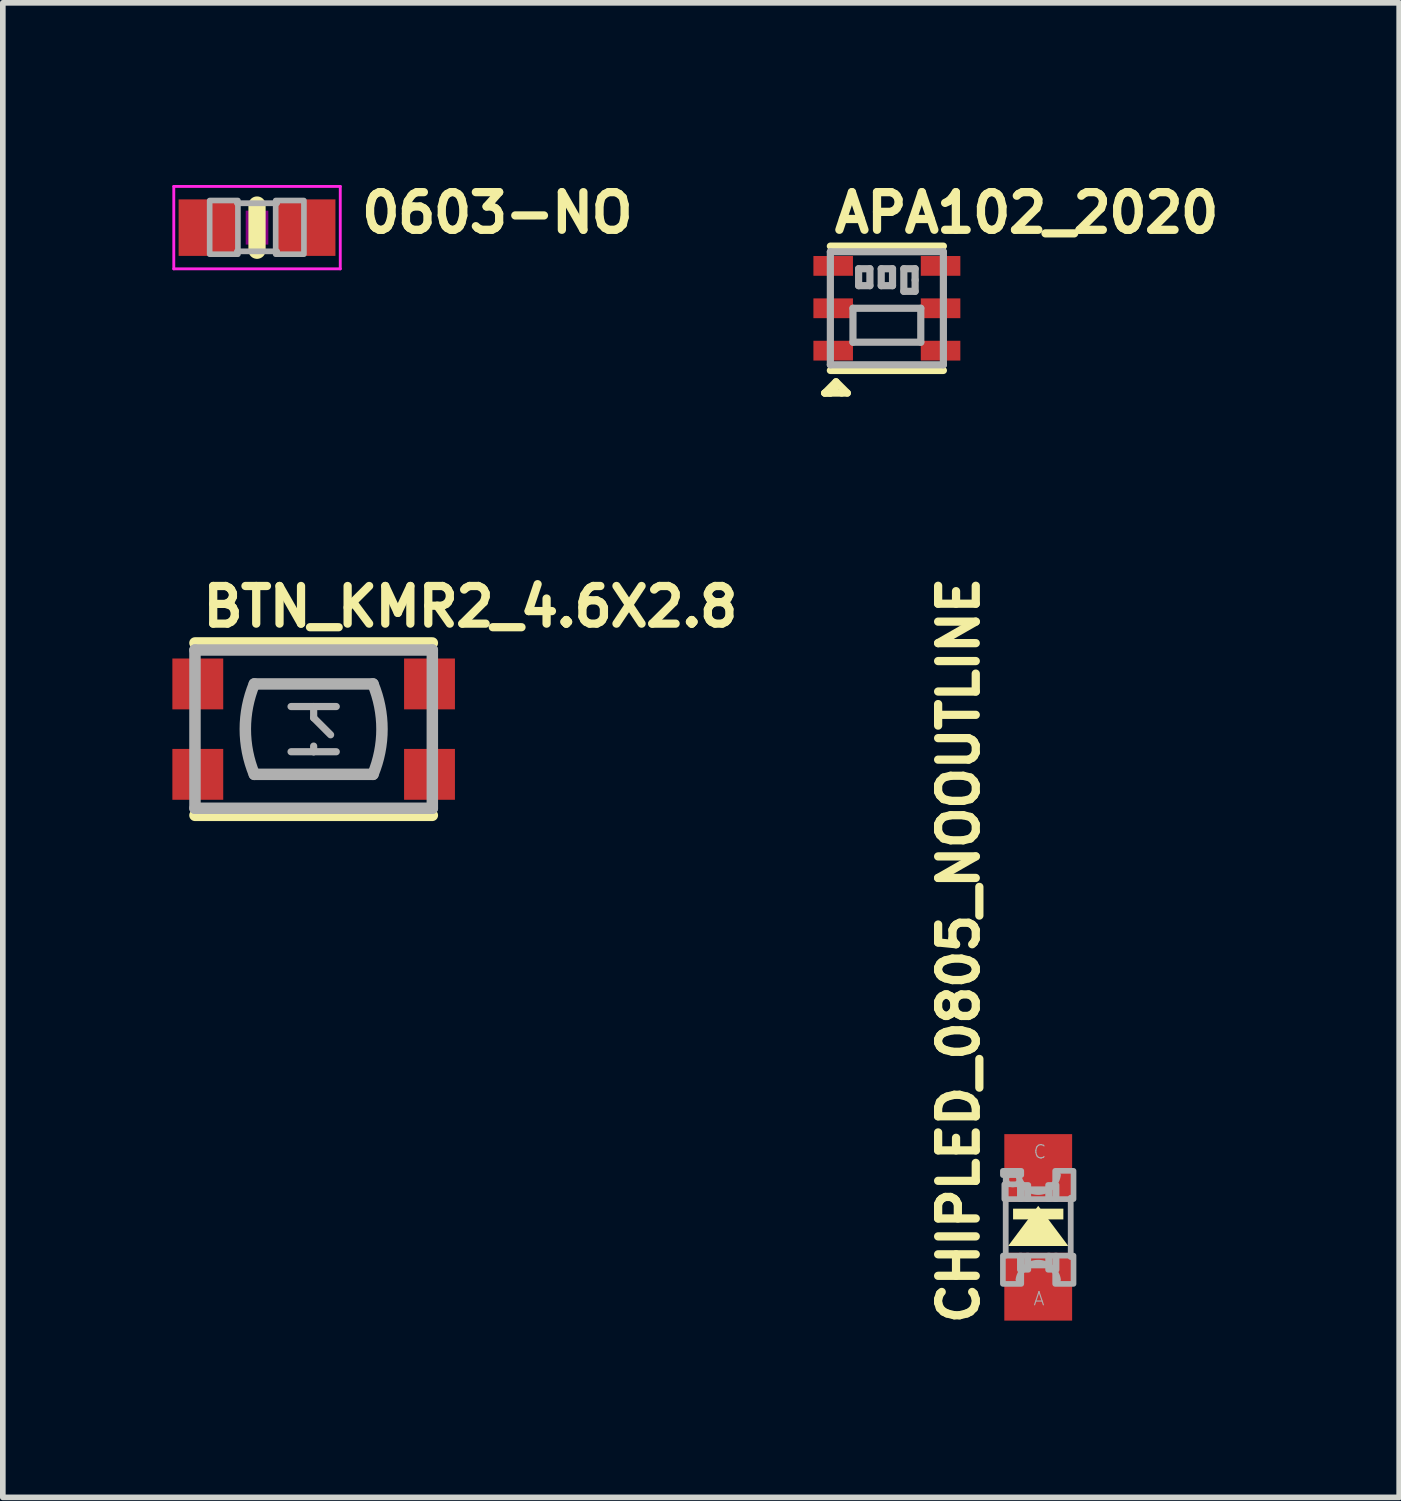
<source format=kicad_pcb>
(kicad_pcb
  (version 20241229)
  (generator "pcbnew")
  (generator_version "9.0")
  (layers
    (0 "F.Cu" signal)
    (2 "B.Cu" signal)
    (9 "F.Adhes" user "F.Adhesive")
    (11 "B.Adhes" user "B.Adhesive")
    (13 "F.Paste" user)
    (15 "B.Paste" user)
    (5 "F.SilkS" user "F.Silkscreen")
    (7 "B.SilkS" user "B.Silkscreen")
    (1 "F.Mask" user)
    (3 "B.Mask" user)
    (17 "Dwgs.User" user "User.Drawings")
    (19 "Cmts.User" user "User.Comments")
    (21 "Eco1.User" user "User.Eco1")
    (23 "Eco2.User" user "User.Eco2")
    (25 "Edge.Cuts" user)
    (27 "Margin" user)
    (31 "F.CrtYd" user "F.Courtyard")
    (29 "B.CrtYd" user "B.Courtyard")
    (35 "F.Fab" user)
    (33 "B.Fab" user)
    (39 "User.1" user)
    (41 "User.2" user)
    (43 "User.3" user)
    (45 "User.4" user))
  (footprint "APA102_2020"
    (layer "F.Cu")
    (at 12.643 2.405)
    (property "Reference" "APA102_2020" (at -1 -1.3 0) (layer "F.SilkS") (effects (font (size 0.666 0.666) (thickness 0.146)) (justify left bottom)))
    (fp_line (start -1.1 1.5) (end -1 1.5) (stroke (width 0.127) (type solid)) (layer "F.SilkS"))
    (fp_line (start -1.1 1.5) (end -0.8 1.5) (stroke (width 0.127) (type solid)) (layer "F.SilkS"))
    (fp_line (start -1 1.5) (end -0.9 1.4) (stroke (width 0.127) (type solid)) (layer "F.SilkS"))
    (fp_line (start -0.9 1.3) (end -1.1 1.5) (stroke (width 0.127) (type solid)) (layer "F.SilkS"))
    (fp_line (start -0.8 1.5) (end -0.7 1.5) (stroke (width 0.127) (type solid)) (layer "F.SilkS"))
    (fp_line (start -0.7 1.5) (end -0.9 1.3) (stroke (width 0.127) (type solid)) (layer "F.SilkS"))
    (fp_line (start 1 -1.1) (end -1 -1.1) (stroke (width 0.127) (type solid)) (layer "F.SilkS"))
    (fp_line (start 1 1.1) (end -1 1.1) (stroke (width 0.127) (type solid)) (layer "F.SilkS"))
    (fp_line (start -1 -1) (end 1 -1) (stroke (width 0.127) (type solid)) (layer "F.Fab"))
    (fp_line (start -1 1) (end -1 -1) (stroke (width 0.127) (type solid)) (layer "F.Fab"))
    (fp_line (start -0.6 0) (end 0.6 0) (stroke (width 0.127) (type solid)) (layer "F.Fab"))
    (fp_line (start -0.6 0.6) (end -0.6 0) (stroke (width 0.127) (type solid)) (layer "F.Fab"))
    (fp_line (start -0.5 -0.7) (end -0.3 -0.7) (stroke (width 0.127) (type solid)) (layer "F.Fab"))
    (fp_line (start -0.5 -0.4) (end -0.5 -0.7) (stroke (width 0.127) (type solid)) (layer "F.Fab"))
    (fp_line (start -0.3 -0.7) (end -0.3 -0.4) (stroke (width 0.127) (type solid)) (layer "F.Fab"))
    (fp_line (start -0.3 -0.4) (end -0.5 -0.4) (stroke (width 0.127) (type solid)) (layer "F.Fab"))
    (fp_line (start -0.1 -0.7) (end 0.1 -0.7) (stroke (width 0.127) (type solid)) (layer "F.Fab"))
    (fp_line (start -0.1 -0.4) (end -0.1 -0.7) (stroke (width 0.127) (type solid)) (layer "F.Fab"))
    (fp_line (start 0.1 -0.7) (end 0.1 -0.4) (stroke (width 0.127) (type solid)) (layer "F.Fab"))
    (fp_line (start 0.1 -0.4) (end -0.1 -0.4) (stroke (width 0.127) (type solid)) (layer "F.Fab"))
    (fp_line (start 0.3 -0.7) (end 0.5 -0.7) (stroke (width 0.127) (type solid)) (layer "F.Fab"))
    (fp_line (start 0.3 -0.3) (end 0.3 -0.7) (stroke (width 0.127) (type solid)) (layer "F.Fab"))
    (fp_line (start 0.5 -0.7) (end 0.5 -0.5) (stroke (width 0.127) (type solid)) (layer "F.Fab"))
    (fp_line (start 0.5 -0.5) (end 0.5 -0.3) (stroke (width 0.127) (type solid)) (layer "F.Fab"))
    (fp_line (start 0.5 -0.3) (end 0.3 -0.3) (stroke (width 0.127) (type solid)) (layer "F.Fab"))
    (fp_line (start 0.6 0) (end 0.6 0.6) (stroke (width 0.127) (type solid)) (layer "F.Fab"))
    (fp_line (start 0.6 0.6) (end -0.6 0.6) (stroke (width 0.127) (type solid)) (layer "F.Fab"))
    (fp_line (start 1 -1) (end 1 1) (stroke (width 0.127) (type solid)) (layer "F.Fab"))
    (fp_line (start 1 1) (end -1 1) (stroke (width 0.127) (type solid)) (layer "F.Fab"))
    (pad "1" smd rect (at -0.95 0.75 180) (size 0.7 0.35) (layers "F.Cu" "F.Mask" "F.Paste"))
    (pad "2" smd rect (at -0.95 0 180) (size 0.7 0.35) (layers "F.Cu" "F.Mask" "F.Paste"))
    (pad "3" smd rect (at -0.95 -0.75 180) (size 0.7 0.35) (layers "F.Cu" "F.Mask" "F.Paste"))
    (pad "4" smd rect (at 0.95 -0.75 180) (size 0.7 0.35) (layers "F.Cu" "F.Mask" "F.Paste"))
    (pad "5" smd rect (at 0.95 0 180) (size 0.7 0.35) (layers "F.Cu" "F.Mask" "F.Paste"))
    (pad "6" smd rect (at 0.95 0.75 180) (size 0.7 0.35) (layers "F.Cu" "F.Mask" "F.Paste")))
  (footprint "CHIPLED_0805_NOOUTLINE"
    (layer "F.Cu")
    (at 15.321 18.668)
    (property "Reference" "CHIPLED_0805_NOOUTLINE" (at -1.016 1.778 90) (layer "F.SilkS") (effects (font (size 0.666 0.666) (thickness 0.146)) (justify left bottom)))
    (fp_poly (pts (xy 0.533 0.33) (xy -0.533 0.33) (xy 0 -0.381)) (stroke (width 0) (type solid)) (fill yes) (layer "F.SilkS"))
    (fp_poly (pts (xy -0.445 -0.141) (xy 0.445 -0.141) (xy 0.445 -0.331) (xy -0.445 -0.331)) (stroke (width 0) (type solid)) (fill yes) (layer "F.SilkS"))
    (fp_line (start -0.575 0.5) (end -0.575 -0.925) (stroke (width 0.102) (type solid)) (layer "F.Fab"))
    (fp_line (start 0.575 -0.525) (end 0.575 0.525) (stroke (width 0.102) (type solid)) (layer "F.Fab"))
    (fp_arc (start -0.35 0.925) (mid -0.000001 0.625027) (end 0.35 0.924998) (stroke (width 0.1016) (type solid)) (layer "F.Fab"))
    (fp_arc (start 0.35 -0.924998) (mid -0.000001 -0.625027) (end -0.35 -0.925) (stroke (width 0.1016) (type solid)) (layer "F.Fab"))
    (fp_circle (center -0.45 -0.85) (end -0.347 -0.85) (stroke (width 0.076) (type solid)) (fill no) (layer "F.Fab"))
    (fp_poly (pts (xy -0.625 -0.925) (xy -0.3 -0.925) (xy -0.3 -1) (xy -0.625 -1)) (stroke (width 0.1) (type solid)) (fill no) (layer "F.Fab"))
    (fp_poly (pts (xy -0.625 1) (xy -0.3 1) (xy -0.3 0.5) (xy -0.625 0.5)) (stroke (width 0.1) (type solid)) (fill no) (layer "F.Fab"))
    (fp_poly (pts (xy -0.6 -0.5) (xy -0.3 -0.5) (xy -0.3 -0.762) (xy -0.6 -0.762)) (stroke (width 0.1) (type solid)) (fill no) (layer "F.Fab"))
    (fp_poly (pts (xy -0.325 -0.5) (xy -0.175 -0.5) (xy -0.175 -0.75) (xy -0.325 -0.75)) (stroke (width 0.1) (type solid)) (fill no) (layer "F.Fab"))
    (fp_poly (pts (xy -0.325 0.75) (xy -0.175 0.75) (xy -0.175 0.5) (xy -0.325 0.5)) (stroke (width 0.1) (type solid)) (fill no) (layer "F.Fab"))
    (fp_poly (pts (xy -0.2 -0.5) (xy 0.2 -0.5) (xy 0.2 -0.675) (xy -0.2 -0.675)) (stroke (width 0.1) (type solid)) (fill no) (layer "F.Fab"))
    (fp_poly (pts (xy -0.2 0.675) (xy 0.2 0.675) (xy 0.2 0.5) (xy -0.2 0.5)) (stroke (width 0.1) (type solid)) (fill no) (layer "F.Fab"))
    (fp_poly (pts (xy 0.175 -0.5) (xy 0.325 -0.5) (xy 0.325 -0.75) (xy 0.175 -0.75)) (stroke (width 0.1) (type solid)) (fill no) (layer "F.Fab"))
    (fp_poly (pts (xy 0.175 0.75) (xy 0.325 0.75) (xy 0.325 0.5) (xy 0.175 0.5)) (stroke (width 0.1) (type solid)) (fill no) (layer "F.Fab"))
    (fp_poly (pts (xy 0.3 -0.5) (xy 0.625 -0.5) (xy 0.625 -1) (xy 0.3 -1)) (stroke (width 0.1) (type solid)) (fill no) (layer "F.Fab"))
    (fp_poly (pts (xy 0.3 1) (xy 0.625 1) (xy 0.625 0.5) (xy 0.3 0.5)) (stroke (width 0.1) (type solid)) (fill no) (layer "F.Fab"))
    (fp_text user "A" (at -0.1 1.4 0) (layer "F.Fab") (effects (font (size 0.234 0.234) (thickness 0.02)) (justify left bottom)))
    (fp_text user "C" (at -0.1 -1.2 0) (layer "F.Fab") (effects (font (size 0.234 0.234) (thickness 0.02)) (justify left bottom)))
    (pad "A" smd rect (at 0 1.05) (size 1.2 1.2) (layers "F.Cu" "F.Mask" "F.Paste"))
    (pad "C" smd rect (at 0 -1.05) (size 1.2 1.2) (layers "F.Cu" "F.Mask" "F.Paste")))
  (footprint "0603-NO"
    (layer "F.Cu")
    (at 1.498 0.978)
    (property "Reference" "0603-NO" (at 1.778 0.127 0) (layer "F.SilkS") (effects (font (size 0.666 0.666) (thickness 0.146)) (justify left bottom)))
    (fp_line (start 0 -0.4) (end 0 0.4) (stroke (width 0.305) (type solid)) (layer "F.SilkS"))
    (fp_poly (pts (xy -0.2 0.3) (xy 0.2 0.3) (xy 0.2 -0.3) (xy -0.2 -0.3)) (stroke (width 0) (type solid)) (fill yes) (layer "F.Adhes"))
    (fp_line (start -1.473 -0.729) (end 1.473 -0.729) (stroke (width 0.051) (type solid)) (layer "F.CrtYd"))
    (fp_line (start -1.473 0.729) (end -1.473 -0.729) (stroke (width 0.051) (type solid)) (layer "F.CrtYd"))
    (fp_line (start 1.473 -0.729) (end 1.473 0.729) (stroke (width 0.051) (type solid)) (layer "F.CrtYd"))
    (fp_line (start 1.473 0.729) (end -1.473 0.729) (stroke (width 0.051) (type solid)) (layer "F.CrtYd"))
    (fp_line (start -0.356 -0.432) (end 0.356 -0.432) (stroke (width 0.102) (type solid)) (layer "F.Fab"))
    (fp_line (start -0.356 0.419) (end 0.356 0.419) (stroke (width 0.102) (type solid)) (layer "F.Fab"))
    (fp_poly (pts (xy -0.838 0.47) (xy -0.338 0.47) (xy -0.338 -0.48) (xy -0.838 -0.48)) (stroke (width 0.1) (type solid)) (fill no) (layer "F.Fab"))
    (fp_poly (pts (xy 0.33 0.47) (xy 0.83 0.47) (xy 0.83 -0.48) (xy 0.33 -0.48)) (stroke (width 0.1) (type solid)) (fill no) (layer "F.Fab"))
    (pad "1" smd rect (at -0.85 0) (size 1.075 1) (layers "F.Cu" "F.Mask" "F.Paste"))
    (pad "2" smd rect (at 0.85 0) (size 1.075 1) (layers "F.Cu" "F.Mask" "F.Paste")))
  (footprint "BTN_KMR2_4.6X2.8"
    (layer "F.Cu")
    (at 2.5 9.852)
    (property "Reference" "BTN_KMR2_4.6X2.8" (at -2.032 -1.778 0) (layer "F.SilkS") (effects (font (size 0.666 0.666) (thickness 0.146)) (justify left bottom)))
    (fp_line (start -2.1 -1.525) (end 2.1 -1.525) (stroke (width 0.203) (type solid)) (layer "F.SilkS"))
    (fp_line (start 2.1 1.525) (end -2.1 1.525) (stroke (width 0.203) (type solid)) (layer "F.SilkS"))
    (fp_line (start -2.1 -1.4) (end 2.1 -1.4) (stroke (width 0.203) (type solid)) (layer "F.Fab"))
    (fp_line (start -2.1 1.4) (end -2.1 -1.4) (stroke (width 0.203) (type solid)) (layer "F.Fab"))
    (fp_line (start -1.05 -0.8) (end 1.05 -0.8) (stroke (width 0.203) (type solid)) (layer "F.Fab"))
    (fp_line (start -0.4 -0.4) (end 0 -0.4) (stroke (width 0.127) (type solid)) (layer "F.Fab"))
    (fp_line (start -0.4 0.4) (end 0 0.4) (stroke (width 0.127) (type solid)) (layer "F.Fab"))
    (fp_line (start 0 -0.4) (end 0 -0.2) (stroke (width 0.127) (type solid)) (layer "F.Fab"))
    (fp_line (start 0 -0.4) (end 0.4 -0.4) (stroke (width 0.127) (type solid)) (layer "F.Fab"))
    (fp_line (start 0 -0.2) (end 0.3 0.1) (stroke (width 0.127) (type solid)) (layer "F.Fab"))
    (fp_line (start 0 0.4) (end 0 0.3) (stroke (width 0.127) (type solid)) (layer "F.Fab"))
    (fp_line (start 0 0.4) (end 0.4 0.4) (stroke (width 0.127) (type solid)) (layer "F.Fab"))
    (fp_line (start 1.05 0.8) (end -1.05 0.8) (stroke (width 0.203) (type solid)) (layer "F.Fab"))
    (fp_line (start 2.1 -1.4) (end 2.1 1.4) (stroke (width 0.203) (type solid)) (layer "F.Fab"))
    (fp_line (start 2.1 1.4) (end -2.1 1.4) (stroke (width 0.203) (type solid)) (layer "F.Fab"))
    (fp_arc (start -1.05 0.8) (mid -1.209128 0) (end -1.05 -0.799999) (stroke (width 0.2032) (type solid)) (layer "F.Fab"))
    (fp_arc (start 1.05 -0.8) (mid 1.209128 0) (end 1.05 0.799999) (stroke (width 0.2032) (type solid)) (layer "F.Fab"))
    (pad "A" smd rect (at 2.05 -0.8) (size 0.9 0.9) (layers "F.Cu" "F.Mask" "F.Paste"))
    (pad "A'" smd rect (at -2.05 -0.8) (size 0.9 0.9) (layers "F.Cu" "F.Mask" "F.Paste"))
    (pad "B" smd rect (at 2.05 0.8) (size 0.9 0.9) (layers "F.Cu" "F.Mask" "F.Paste"))
    (pad "B'" smd rect (at -2.05 0.8) (size 0.9 0.9) (layers "F.Cu" "F.Mask" "F.Paste")))
  (gr_rect
    (start -3 -3)
    (end 21.708 23.446)
    (stroke (width 0.1) (type default))
    (fill no)
    (layer "Edge.Cuts")))
</source>
